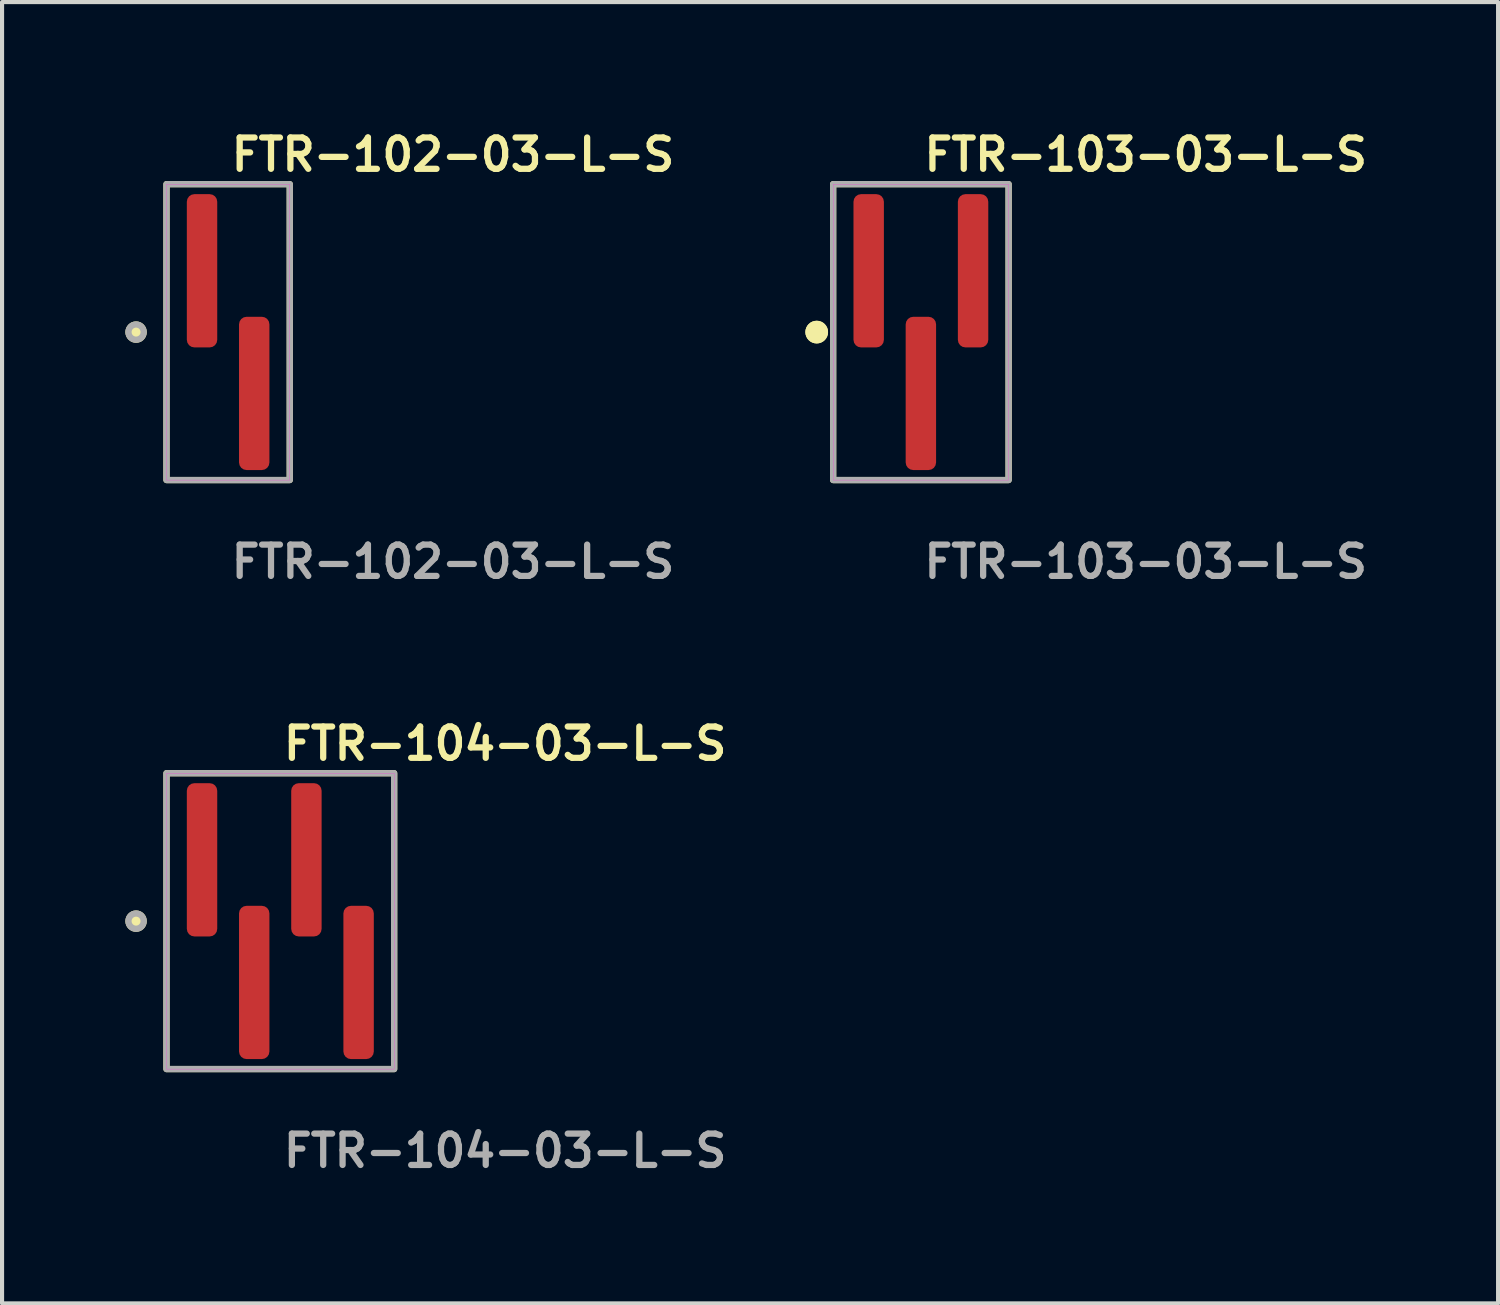
<source format=kicad_pcb>
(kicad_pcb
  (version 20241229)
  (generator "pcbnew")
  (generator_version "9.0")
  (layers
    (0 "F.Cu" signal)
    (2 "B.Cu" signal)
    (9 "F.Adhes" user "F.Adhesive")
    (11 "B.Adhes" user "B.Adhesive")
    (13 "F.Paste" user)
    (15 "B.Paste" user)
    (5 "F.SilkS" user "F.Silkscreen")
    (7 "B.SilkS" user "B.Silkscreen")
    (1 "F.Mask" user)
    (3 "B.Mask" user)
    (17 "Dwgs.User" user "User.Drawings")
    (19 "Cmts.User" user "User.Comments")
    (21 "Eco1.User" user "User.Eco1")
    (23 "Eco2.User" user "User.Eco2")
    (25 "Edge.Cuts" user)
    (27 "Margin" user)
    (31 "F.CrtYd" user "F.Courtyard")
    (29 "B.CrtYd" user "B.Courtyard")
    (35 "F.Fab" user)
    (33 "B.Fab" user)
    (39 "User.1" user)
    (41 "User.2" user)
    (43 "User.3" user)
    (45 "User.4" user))
  (footprint "FTR-104-03-L-S"
    (layer "F.Cu")
    (at 3.771 19.364)
    (property "Reference" "FTR-104-03-L-S" (at 0 -4.318 0) (unlocked yes) (layer "F.SilkS") (effects (font (size 0.762 0.762) (thickness 0.152)) (justify left)))
    (fp_rect (start -2.77 3.6) (end 2.77 -3.6) (stroke (width 0.152) (type solid)) (fill no) (layer "F.SilkS"))
    (fp_circle (center -3.51 0) (end -3.695 0) (stroke (width 0.152) (type solid)) (fill yes) (layer "F.SilkS"))
    (fp_rect (start -2.77 3.6) (end 2.77 -3.6) (stroke (width 0.006) (type solid)) (fill no) (layer "F.CrtYd"))
    (fp_rect (start -2.77 3.6) (end 2.77 -3.6) (stroke (width 0.152) (type solid)) (fill no) (layer "F.Fab"))
    (fp_circle (center -3.51 0) (end -3.695 0) (stroke (width 0.152) (type solid)) (fill no) (layer "F.Fab"))
    (fp_text user "${REFERENCE}" (at 0 5.588 0) (unlocked yes) (layer "F.Fab") (effects (font (size 0.762 0.762) (thickness 0.152)) (justify left)))
    (pad "1" smd roundrect (at -1.905 -1.492) (size 0.74 3.73) (layers "F.Cu" "F.Paste") (roundrect_rratio 0.25))
    (pad "2" smd roundrect (at -0.635 1.492) (size 0.74 3.73) (layers "F.Cu" "F.Paste") (roundrect_rratio 0.25))
    (pad "3" smd roundrect (at 0.635 -1.492) (size 0.74 3.73) (layers "F.Cu" "F.Paste") (roundrect_rratio 0.25))
    (pad "4" smd roundrect (at 1.905 1.492) (size 0.74 3.73) (layers "F.Cu" "F.Paste") (roundrect_rratio 0.25)))
  (footprint "FTR-103-03-L-S"
    (layer "F.Cu")
    (at 19.358 5.031)
    (property "Reference" "FTR-103-03-L-S" (at 0 -4.318 0) (unlocked yes) (layer "F.SilkS") (effects (font (size 0.762 0.762) (thickness 0.152)) (justify left)))
    (fp_rect (start -2.135 3.6) (end 2.135 -3.6) (stroke (width 0.152) (type solid)) (fill no) (layer "F.SilkS"))
    (fp_circle (center -2.535 0) (end -2.735 0) (stroke (width 0.152) (type solid)) (fill yes) (layer "F.SilkS"))
    (fp_circle (center -2.535 0) (end -2.735 0) (stroke (width 0.152) (type solid)) (fill yes) (layer "F.SilkS"))
    (fp_rect (start -2.135 3.6) (end 2.135 -3.6) (stroke (width 0.006) (type solid)) (fill no) (layer "F.CrtYd"))
    (fp_rect (start -2.135 3.6) (end 2.135 -3.6) (stroke (width 0.152) (type solid)) (fill no) (layer "F.Fab"))
    (fp_text user "${REFERENCE}" (at 0 5.588 0) (unlocked yes) (layer "F.Fab") (effects (font (size 0.762 0.762) (thickness 0.152)) (justify left)))
    (pad "1" smd roundrect (at -1.27 -1.492) (size 0.74 3.73) (layers "F.Cu" "F.Paste") (roundrect_rratio 0.25))
    (pad "2" smd roundrect (at 0 1.492) (size 0.74 3.73) (layers "F.Cu" "F.Paste") (roundrect_rratio 0.25))
    (pad "3" smd roundrect (at 1.27 -1.492) (size 0.74 3.73) (layers "F.Cu" "F.Paste") (roundrect_rratio 0.25)))
  (footprint "FTR-102-03-L-S"
    (layer "F.Cu")
    (at 2.501 5.031)
    (property "Reference" "FTR-102-03-L-S" (at 0 -4.318 0) (unlocked yes) (layer "F.SilkS") (effects (font (size 0.762 0.762) (thickness 0.152)) (justify left)))
    (fp_rect (start -1.5 3.6) (end 1.5 -3.6) (stroke (width 0.152) (type solid)) (fill no) (layer "F.SilkS"))
    (fp_circle (center -2.24 0) (end -2.425 0) (stroke (width 0.152) (type solid)) (fill yes) (layer "F.SilkS"))
    (fp_rect (start -1.5 3.6) (end 1.5 -3.6) (stroke (width 0.006) (type solid)) (fill no) (layer "F.CrtYd"))
    (fp_rect (start -1.5 3.6) (end 1.5 -3.6) (stroke (width 0.152) (type solid)) (fill no) (layer "F.Fab"))
    (fp_circle (center -2.24 0) (end -2.425 0) (stroke (width 0.152) (type solid)) (fill no) (layer "F.Fab"))
    (fp_text user "${REFERENCE}" (at 0 5.588 0) (unlocked yes) (layer "F.Fab") (effects (font (size 0.762 0.762) (thickness 0.152)) (justify left)))
    (pad "1" smd roundrect (at -0.635 -1.492) (size 0.74 3.73) (layers "F.Cu" "F.Paste") (roundrect_rratio 0.25))
    (pad "2" smd roundrect (at 0.635 1.492) (size 0.74 3.73) (layers "F.Cu" "F.Paste") (roundrect_rratio 0.25)))
  (gr_rect
    (start -3 -3)
    (end 33.403 28.665)
    (stroke (width 0.1) (type default))
    (fill no)
    (layer "Edge.Cuts")))
</source>
